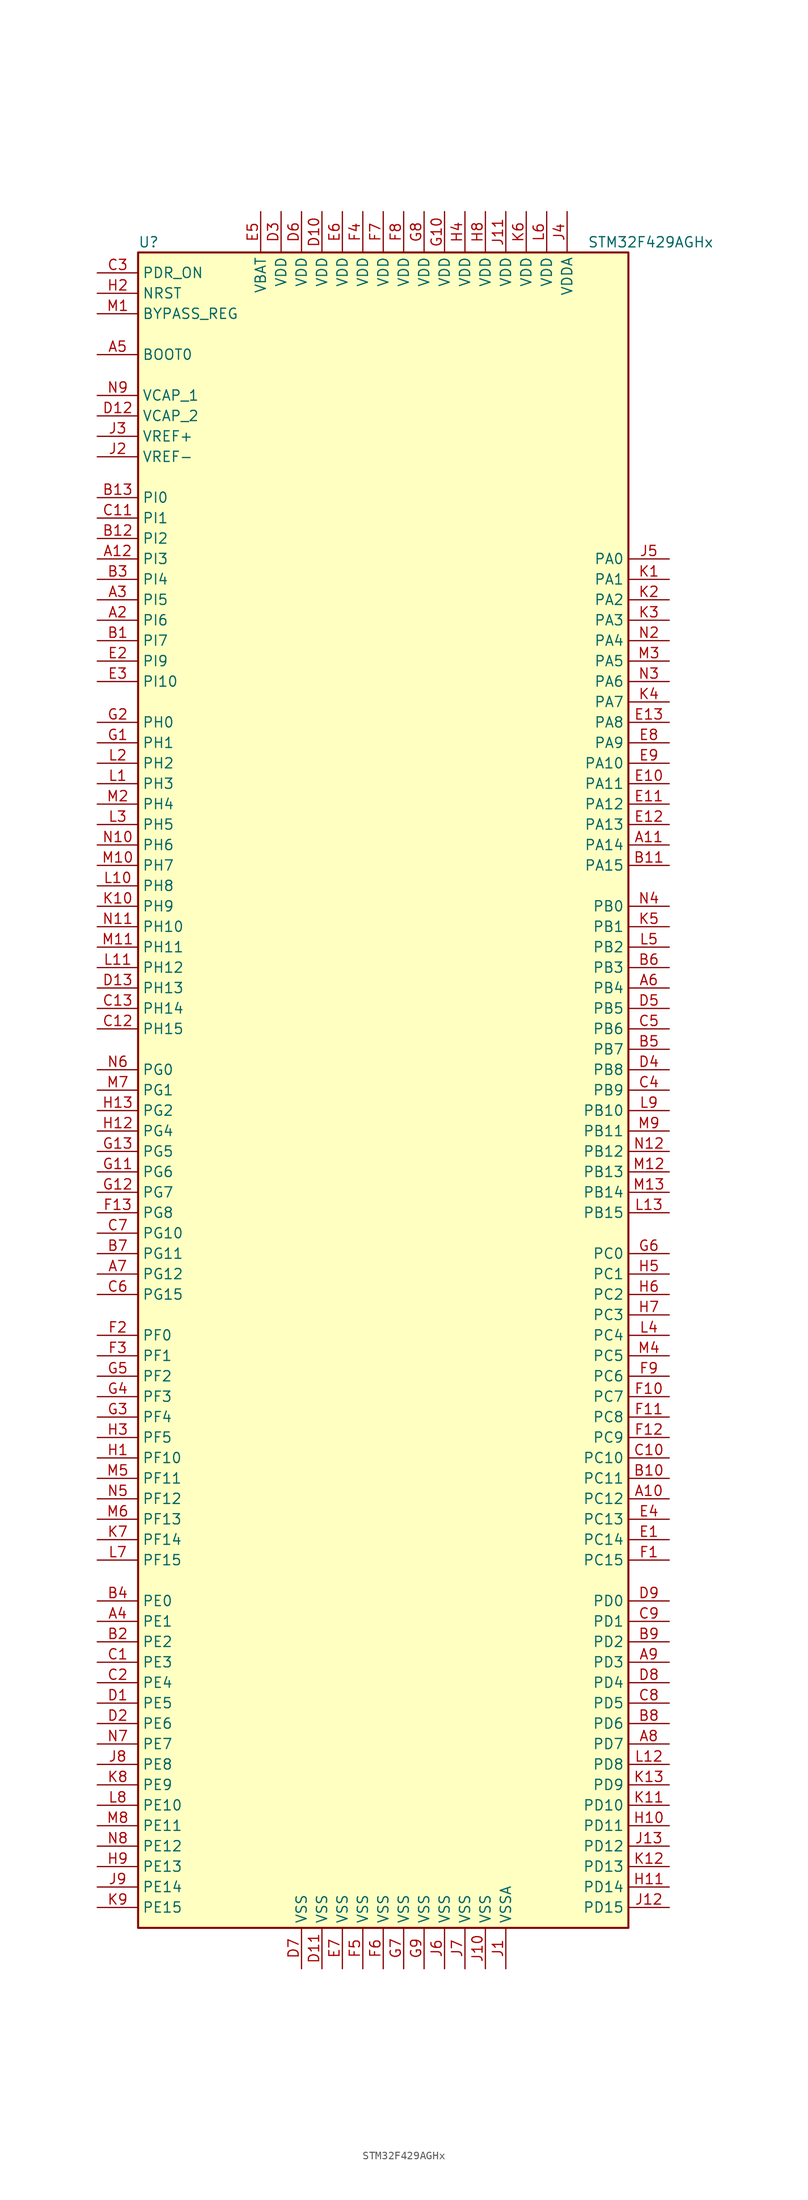
<source format=kicad_sym>
(kicad_symbol_lib
  (version 20201005)
  (generator kicad_symbol_editor)
  (symbol "MCU_ST_STM32F4:STM32F429AGHx"
    (property "Reference" "U"
      (at -30.48 105.41 0)
      (effects (font (size 1.27 1.27)) (justify left)))
    (property "Value" "STM32F429AGHx"
      (at 25.4 105.41 0)
      (effects (font (size 1.27 1.27)) (justify left)))
    (symbol "STM32F429AGHx_0_1"
      (rectangle (start -30.48 -104.14) (end 30.48 104.14) (stroke (width 0.254)) (fill (type background))))
    (symbol "STM32F429AGHx_1_1"
      (pin input line (at -35.56 91.44 0) (length 5.08) (name "BOOT0" (effects (font (size 1.27 1.27)))) (number "A5" (effects (font (size 1.27 1.27)))))
      (pin input line (at -35.56 96.52 0) (length 5.08) (name "BYPASS_REG" (effects (font (size 1.27 1.27)))) (number "M1" (effects (font (size 1.27 1.27)))))
      (pin no_connect line (at -30.48 -101.6 0) (length 5.08) hide (name "NC" (effects (font (size 1.27 1.27)))) (number "A1" (effects (font (size 1.27 1.27)))))
      (pin no_connect line (at -30.48 -99.06 0) (length 5.08) hide (name "NC" (effects (font (size 1.27 1.27)))) (number "A13" (effects (font (size 1.27 1.27)))))
      (pin no_connect line (at -30.48 -96.52 0) (length 5.08) hide (name "NC" (effects (font (size 1.27 1.27)))) (number "N1" (effects (font (size 1.27 1.27)))))
      (pin no_connect line (at -30.48 -93.98 0) (length 5.08) hide (name "NC" (effects (font (size 1.27 1.27)))) (number "N13" (effects (font (size 1.27 1.27)))))
      (pin input line (at -35.56 99.06 0) (length 5.08) (name "NRST" (effects (font (size 1.27 1.27)))) (number "H2" (effects (font (size 1.27 1.27)))))
      (pin bidirectional line (at 35.56 66.04 180) (length 5.08) (name "PA0" (effects (font (size 1.27 1.27)))) (number "J5" (effects (font (size 1.27 1.27)))))
      (pin bidirectional line (at 35.56 63.5 180) (length 5.08) (name "PA1" (effects (font (size 1.27 1.27)))) (number "K1" (effects (font (size 1.27 1.27)))))
      (pin bidirectional line (at 35.56 40.64 180) (length 5.08) (name "PA10" (effects (font (size 1.27 1.27)))) (number "E9" (effects (font (size 1.27 1.27)))))
      (pin bidirectional line (at 35.56 38.1 180) (length 5.08) (name "PA11" (effects (font (size 1.27 1.27)))) (number "E10" (effects (font (size 1.27 1.27)))))
      (pin bidirectional line (at 35.56 35.56 180) (length 5.08) (name "PA12" (effects (font (size 1.27 1.27)))) (number "E11" (effects (font (size 1.27 1.27)))))
      (pin bidirectional line (at 35.56 33.02 180) (length 5.08) (name "PA13" (effects (font (size 1.27 1.27)))) (number "E12" (effects (font (size 1.27 1.27)))))
      (pin bidirectional line (at 35.56 30.48 180) (length 5.08) (name "PA14" (effects (font (size 1.27 1.27)))) (number "A11" (effects (font (size 1.27 1.27)))))
      (pin bidirectional line (at 35.56 27.94 180) (length 5.08) (name "PA15" (effects (font (size 1.27 1.27)))) (number "B11" (effects (font (size 1.27 1.27)))))
      (pin bidirectional line (at 35.56 60.96 180) (length 5.08) (name "PA2" (effects (font (size 1.27 1.27)))) (number "K2" (effects (font (size 1.27 1.27)))))
      (pin bidirectional line (at 35.56 58.42 180) (length 5.08) (name "PA3" (effects (font (size 1.27 1.27)))) (number "K3" (effects (font (size 1.27 1.27)))))
      (pin bidirectional line (at 35.56 55.88 180) (length 5.08) (name "PA4" (effects (font (size 1.27 1.27)))) (number "N2" (effects (font (size 1.27 1.27)))))
      (pin bidirectional line (at 35.56 53.34 180) (length 5.08) (name "PA5" (effects (font (size 1.27 1.27)))) (number "M3" (effects (font (size 1.27 1.27)))))
      (pin bidirectional line (at 35.56 50.8 180) (length 5.08) (name "PA6" (effects (font (size 1.27 1.27)))) (number "N3" (effects (font (size 1.27 1.27)))))
      (pin bidirectional line (at 35.56 48.26 180) (length 5.08) (name "PA7" (effects (font (size 1.27 1.27)))) (number "K4" (effects (font (size 1.27 1.27)))))
      (pin bidirectional line (at 35.56 45.72 180) (length 5.08) (name "PA8" (effects (font (size 1.27 1.27)))) (number "E13" (effects (font (size 1.27 1.27)))))
      (pin bidirectional line (at 35.56 43.18 180) (length 5.08) (name "PA9" (effects (font (size 1.27 1.27)))) (number "E8" (effects (font (size 1.27 1.27)))))
      (pin bidirectional line (at 35.56 22.86 180) (length 5.08) (name "PB0" (effects (font (size 1.27 1.27)))) (number "N4" (effects (font (size 1.27 1.27)))))
      (pin bidirectional line (at 35.56 20.32 180) (length 5.08) (name "PB1" (effects (font (size 1.27 1.27)))) (number "K5" (effects (font (size 1.27 1.27)))))
      (pin bidirectional line (at 35.56 -2.54 180) (length 5.08) (name "PB10" (effects (font (size 1.27 1.27)))) (number "L9" (effects (font (size 1.27 1.27)))))
      (pin bidirectional line (at 35.56 -5.08 180) (length 5.08) (name "PB11" (effects (font (size 1.27 1.27)))) (number "M9" (effects (font (size 1.27 1.27)))))
      (pin bidirectional line (at 35.56 -7.62 180) (length 5.08) (name "PB12" (effects (font (size 1.27 1.27)))) (number "N12" (effects (font (size 1.27 1.27)))))
      (pin bidirectional line (at 35.56 -10.16 180) (length 5.08) (name "PB13" (effects (font (size 1.27 1.27)))) (number "M12" (effects (font (size 1.27 1.27)))))
      (pin bidirectional line (at 35.56 -12.7 180) (length 5.08) (name "PB14" (effects (font (size 1.27 1.27)))) (number "M13" (effects (font (size 1.27 1.27)))))
      (pin bidirectional line (at 35.56 -15.24 180) (length 5.08) (name "PB15" (effects (font (size 1.27 1.27)))) (number "L13" (effects (font (size 1.27 1.27)))))
      (pin bidirectional line (at 35.56 17.78 180) (length 5.08) (name "PB2" (effects (font (size 1.27 1.27)))) (number "L5" (effects (font (size 1.27 1.27)))))
      (pin bidirectional line (at 35.56 15.24 180) (length 5.08) (name "PB3" (effects (font (size 1.27 1.27)))) (number "B6" (effects (font (size 1.27 1.27)))))
      (pin bidirectional line (at 35.56 12.7 180) (length 5.08) (name "PB4" (effects (font (size 1.27 1.27)))) (number "A6" (effects (font (size 1.27 1.27)))))
      (pin bidirectional line (at 35.56 10.16 180) (length 5.08) (name "PB5" (effects (font (size 1.27 1.27)))) (number "D5" (effects (font (size 1.27 1.27)))))
      (pin bidirectional line (at 35.56 7.62 180) (length 5.08) (name "PB6" (effects (font (size 1.27 1.27)))) (number "C5" (effects (font (size 1.27 1.27)))))
      (pin bidirectional line (at 35.56 5.08 180) (length 5.08) (name "PB7" (effects (font (size 1.27 1.27)))) (number "B5" (effects (font (size 1.27 1.27)))))
      (pin bidirectional line (at 35.56 2.54 180) (length 5.08) (name "PB8" (effects (font (size 1.27 1.27)))) (number "D4" (effects (font (size 1.27 1.27)))))
      (pin bidirectional line (at 35.56 0 180) (length 5.08) (name "PB9" (effects (font (size 1.27 1.27)))) (number "C4" (effects (font (size 1.27 1.27)))))
      (pin bidirectional line (at 35.56 -20.32 180) (length 5.08) (name "PC0" (effects (font (size 1.27 1.27)))) (number "G6" (effects (font (size 1.27 1.27)))))
      (pin bidirectional line (at 35.56 -22.86 180) (length 5.08) (name "PC1" (effects (font (size 1.27 1.27)))) (number "H5" (effects (font (size 1.27 1.27)))))
      (pin bidirectional line (at 35.56 -45.72 180) (length 5.08) (name "PC10" (effects (font (size 1.27 1.27)))) (number "C10" (effects (font (size 1.27 1.27)))))
      (pin bidirectional line (at 35.56 -48.26 180) (length 5.08) (name "PC11" (effects (font (size 1.27 1.27)))) (number "B10" (effects (font (size 1.27 1.27)))))
      (pin bidirectional line (at 35.56 -50.8 180) (length 5.08) (name "PC12" (effects (font (size 1.27 1.27)))) (number "A10" (effects (font (size 1.27 1.27)))))
      (pin bidirectional line (at 35.56 -53.34 180) (length 5.08) (name "PC13" (effects (font (size 1.27 1.27)))) (number "E4" (effects (font (size 1.27 1.27)))))
      (pin bidirectional line (at 35.56 -55.88 180) (length 5.08) (name "PC14" (effects (font (size 1.27 1.27)))) (number "E1" (effects (font (size 1.27 1.27)))))
      (pin bidirectional line (at 35.56 -58.42 180) (length 5.08) (name "PC15" (effects (font (size 1.27 1.27)))) (number "F1" (effects (font (size 1.27 1.27)))))
      (pin bidirectional line (at 35.56 -25.4 180) (length 5.08) (name "PC2" (effects (font (size 1.27 1.27)))) (number "H6" (effects (font (size 1.27 1.27)))))
      (pin bidirectional line (at 35.56 -27.94 180) (length 5.08) (name "PC3" (effects (font (size 1.27 1.27)))) (number "H7" (effects (font (size 1.27 1.27)))))
      (pin bidirectional line (at 35.56 -30.48 180) (length 5.08) (name "PC4" (effects (font (size 1.27 1.27)))) (number "L4" (effects (font (size 1.27 1.27)))))
      (pin bidirectional line (at 35.56 -33.02 180) (length 5.08) (name "PC5" (effects (font (size 1.27 1.27)))) (number "M4" (effects (font (size 1.27 1.27)))))
      (pin bidirectional line (at 35.56 -35.56 180) (length 5.08) (name "PC6" (effects (font (size 1.27 1.27)))) (number "F9" (effects (font (size 1.27 1.27)))))
      (pin bidirectional line (at 35.56 -38.1 180) (length 5.08) (name "PC7" (effects (font (size 1.27 1.27)))) (number "F10" (effects (font (size 1.27 1.27)))))
      (pin bidirectional line (at 35.56 -40.64 180) (length 5.08) (name "PC8" (effects (font (size 1.27 1.27)))) (number "F11" (effects (font (size 1.27 1.27)))))
      (pin bidirectional line (at 35.56 -43.18 180) (length 5.08) (name "PC9" (effects (font (size 1.27 1.27)))) (number "F12" (effects (font (size 1.27 1.27)))))
      (pin bidirectional line (at 35.56 -63.5 180) (length 5.08) (name "PD0" (effects (font (size 1.27 1.27)))) (number "D9" (effects (font (size 1.27 1.27)))))
      (pin bidirectional line (at 35.56 -66.04 180) (length 5.08) (name "PD1" (effects (font (size 1.27 1.27)))) (number "C9" (effects (font (size 1.27 1.27)))))
      (pin bidirectional line (at 35.56 -88.9 180) (length 5.08) (name "PD10" (effects (font (size 1.27 1.27)))) (number "K11" (effects (font (size 1.27 1.27)))))
      (pin bidirectional line (at 35.56 -91.44 180) (length 5.08) (name "PD11" (effects (font (size 1.27 1.27)))) (number "H10" (effects (font (size 1.27 1.27)))))
      (pin bidirectional line (at 35.56 -93.98 180) (length 5.08) (name "PD12" (effects (font (size 1.27 1.27)))) (number "J13" (effects (font (size 1.27 1.27)))))
      (pin bidirectional line (at 35.56 -96.52 180) (length 5.08) (name "PD13" (effects (font (size 1.27 1.27)))) (number "K12" (effects (font (size 1.27 1.27)))))
      (pin bidirectional line (at 35.56 -99.06 180) (length 5.08) (name "PD14" (effects (font (size 1.27 1.27)))) (number "H11" (effects (font (size 1.27 1.27)))))
      (pin bidirectional line (at 35.56 -101.6 180) (length 5.08) (name "PD15" (effects (font (size 1.27 1.27)))) (number "J12" (effects (font (size 1.27 1.27)))))
      (pin bidirectional line (at 35.56 -68.58 180) (length 5.08) (name "PD2" (effects (font (size 1.27 1.27)))) (number "B9" (effects (font (size 1.27 1.27)))))
      (pin bidirectional line (at 35.56 -71.12 180) (length 5.08) (name "PD3" (effects (font (size 1.27 1.27)))) (number "A9" (effects (font (size 1.27 1.27)))))
      (pin bidirectional line (at 35.56 -73.66 180) (length 5.08) (name "PD4" (effects (font (size 1.27 1.27)))) (number "D8" (effects (font (size 1.27 1.27)))))
      (pin bidirectional line (at 35.56 -76.2 180) (length 5.08) (name "PD5" (effects (font (size 1.27 1.27)))) (number "C8" (effects (font (size 1.27 1.27)))))
      (pin bidirectional line (at 35.56 -78.74 180) (length 5.08) (name "PD6" (effects (font (size 1.27 1.27)))) (number "B8" (effects (font (size 1.27 1.27)))))
      (pin bidirectional line (at 35.56 -81.28 180) (length 5.08) (name "PD7" (effects (font (size 1.27 1.27)))) (number "A8" (effects (font (size 1.27 1.27)))))
      (pin bidirectional line (at 35.56 -83.82 180) (length 5.08) (name "PD8" (effects (font (size 1.27 1.27)))) (number "L12" (effects (font (size 1.27 1.27)))))
      (pin bidirectional line (at 35.56 -86.36 180) (length 5.08) (name "PD9" (effects (font (size 1.27 1.27)))) (number "K13" (effects (font (size 1.27 1.27)))))
      (pin input line (at -35.56 101.6 0) (length 5.08) (name "PDR_ON" (effects (font (size 1.27 1.27)))) (number "C3" (effects (font (size 1.27 1.27)))))
      (pin bidirectional line (at -35.56 -63.5 0) (length 5.08) (name "PE0" (effects (font (size 1.27 1.27)))) (number "B4" (effects (font (size 1.27 1.27)))))
      (pin bidirectional line (at -35.56 -66.04 0) (length 5.08) (name "PE1" (effects (font (size 1.27 1.27)))) (number "A4" (effects (font (size 1.27 1.27)))))
      (pin bidirectional line (at -35.56 -88.9 0) (length 5.08) (name "PE10" (effects (font (size 1.27 1.27)))) (number "L8" (effects (font (size 1.27 1.27)))))
      (pin bidirectional line (at -35.56 -91.44 0) (length 5.08) (name "PE11" (effects (font (size 1.27 1.27)))) (number "M8" (effects (font (size 1.27 1.27)))))
      (pin bidirectional line (at -35.56 -93.98 0) (length 5.08) (name "PE12" (effects (font (size 1.27 1.27)))) (number "N8" (effects (font (size 1.27 1.27)))))
      (pin bidirectional line (at -35.56 -96.52 0) (length 5.08) (name "PE13" (effects (font (size 1.27 1.27)))) (number "H9" (effects (font (size 1.27 1.27)))))
      (pin bidirectional line (at -35.56 -99.06 0) (length 5.08) (name "PE14" (effects (font (size 1.27 1.27)))) (number "J9" (effects (font (size 1.27 1.27)))))
      (pin bidirectional line (at -35.56 -101.6 0) (length 5.08) (name "PE15" (effects (font (size 1.27 1.27)))) (number "K9" (effects (font (size 1.27 1.27)))))
      (pin bidirectional line (at -35.56 -68.58 0) (length 5.08) (name "PE2" (effects (font (size 1.27 1.27)))) (number "B2" (effects (font (size 1.27 1.27)))))
      (pin bidirectional line (at -35.56 -71.12 0) (length 5.08) (name "PE3" (effects (font (size 1.27 1.27)))) (number "C1" (effects (font (size 1.27 1.27)))))
      (pin bidirectional line (at -35.56 -73.66 0) (length 5.08) (name "PE4" (effects (font (size 1.27 1.27)))) (number "C2" (effects (font (size 1.27 1.27)))))
      (pin bidirectional line (at -35.56 -76.2 0) (length 5.08) (name "PE5" (effects (font (size 1.27 1.27)))) (number "D1" (effects (font (size 1.27 1.27)))))
      (pin bidirectional line (at -35.56 -78.74 0) (length 5.08) (name "PE6" (effects (font (size 1.27 1.27)))) (number "D2" (effects (font (size 1.27 1.27)))))
      (pin bidirectional line (at -35.56 -81.28 0) (length 5.08) (name "PE7" (effects (font (size 1.27 1.27)))) (number "N7" (effects (font (size 1.27 1.27)))))
      (pin bidirectional line (at -35.56 -83.82 0) (length 5.08) (name "PE8" (effects (font (size 1.27 1.27)))) (number "J8" (effects (font (size 1.27 1.27)))))
      (pin bidirectional line (at -35.56 -86.36 0) (length 5.08) (name "PE9" (effects (font (size 1.27 1.27)))) (number "K8" (effects (font (size 1.27 1.27)))))
      (pin bidirectional line (at -35.56 -30.48 0) (length 5.08) (name "PF0" (effects (font (size 1.27 1.27)))) (number "F2" (effects (font (size 1.27 1.27)))))
      (pin bidirectional line (at -35.56 -33.02 0) (length 5.08) (name "PF1" (effects (font (size 1.27 1.27)))) (number "F3" (effects (font (size 1.27 1.27)))))
      (pin bidirectional line (at -35.56 -45.72 0) (length 5.08) (name "PF10" (effects (font (size 1.27 1.27)))) (number "H1" (effects (font (size 1.27 1.27)))))
      (pin bidirectional line (at -35.56 -48.26 0) (length 5.08) (name "PF11" (effects (font (size 1.27 1.27)))) (number "M5" (effects (font (size 1.27 1.27)))))
      (pin bidirectional line (at -35.56 -50.8 0) (length 5.08) (name "PF12" (effects (font (size 1.27 1.27)))) (number "N5" (effects (font (size 1.27 1.27)))))
      (pin bidirectional line (at -35.56 -53.34 0) (length 5.08) (name "PF13" (effects (font (size 1.27 1.27)))) (number "M6" (effects (font (size 1.27 1.27)))))
      (pin bidirectional line (at -35.56 -55.88 0) (length 5.08) (name "PF14" (effects (font (size 1.27 1.27)))) (number "K7" (effects (font (size 1.27 1.27)))))
      (pin bidirectional line (at -35.56 -58.42 0) (length 5.08) (name "PF15" (effects (font (size 1.27 1.27)))) (number "L7" (effects (font (size 1.27 1.27)))))
      (pin bidirectional line (at -35.56 -35.56 0) (length 5.08) (name "PF2" (effects (font (size 1.27 1.27)))) (number "G5" (effects (font (size 1.27 1.27)))))
      (pin bidirectional line (at -35.56 -38.1 0) (length 5.08) (name "PF3" (effects (font (size 1.27 1.27)))) (number "G4" (effects (font (size 1.27 1.27)))))
      (pin bidirectional line (at -35.56 -40.64 0) (length 5.08) (name "PF4" (effects (font (size 1.27 1.27)))) (number "G3" (effects (font (size 1.27 1.27)))))
      (pin bidirectional line (at -35.56 -43.18 0) (length 5.08) (name "PF5" (effects (font (size 1.27 1.27)))) (number "H3" (effects (font (size 1.27 1.27)))))
      (pin bidirectional line (at -35.56 2.54 0) (length 5.08) (name "PG0" (effects (font (size 1.27 1.27)))) (number "N6" (effects (font (size 1.27 1.27)))))
      (pin bidirectional line (at -35.56 0 0) (length 5.08) (name "PG1" (effects (font (size 1.27 1.27)))) (number "M7" (effects (font (size 1.27 1.27)))))
      (pin bidirectional line (at -35.56 -17.78 0) (length 5.08) (name "PG10" (effects (font (size 1.27 1.27)))) (number "C7" (effects (font (size 1.27 1.27)))))
      (pin bidirectional line (at -35.56 -20.32 0) (length 5.08) (name "PG11" (effects (font (size 1.27 1.27)))) (number "B7" (effects (font (size 1.27 1.27)))))
      (pin bidirectional line (at -35.56 -22.86 0) (length 5.08) (name "PG12" (effects (font (size 1.27 1.27)))) (number "A7" (effects (font (size 1.27 1.27)))))
      (pin bidirectional line (at -35.56 -25.4 0) (length 5.08) (name "PG15" (effects (font (size 1.27 1.27)))) (number "C6" (effects (font (size 1.27 1.27)))))
      (pin bidirectional line (at -35.56 -2.54 0) (length 5.08) (name "PG2" (effects (font (size 1.27 1.27)))) (number "H13" (effects (font (size 1.27 1.27)))))
      (pin bidirectional line (at -35.56 -5.08 0) (length 5.08) (name "PG4" (effects (font (size 1.27 1.27)))) (number "H12" (effects (font (size 1.27 1.27)))))
      (pin bidirectional line (at -35.56 -7.62 0) (length 5.08) (name "PG5" (effects (font (size 1.27 1.27)))) (number "G13" (effects (font (size 1.27 1.27)))))
      (pin bidirectional line (at -35.56 -10.16 0) (length 5.08) (name "PG6" (effects (font (size 1.27 1.27)))) (number "G11" (effects (font (size 1.27 1.27)))))
      (pin bidirectional line (at -35.56 -12.7 0) (length 5.08) (name "PG7" (effects (font (size 1.27 1.27)))) (number "G12" (effects (font (size 1.27 1.27)))))
      (pin bidirectional line (at -35.56 -15.24 0) (length 5.08) (name "PG8" (effects (font (size 1.27 1.27)))) (number "F13" (effects (font (size 1.27 1.27)))))
      (pin input line (at -35.56 45.72 0) (length 5.08) (name "PH0" (effects (font (size 1.27 1.27)))) (number "G2" (effects (font (size 1.27 1.27)))))
      (pin input line (at -35.56 43.18 0) (length 5.08) (name "PH1" (effects (font (size 1.27 1.27)))) (number "G1" (effects (font (size 1.27 1.27)))))
      (pin bidirectional line (at -35.56 20.32 0) (length 5.08) (name "PH10" (effects (font (size 1.27 1.27)))) (number "N11" (effects (font (size 1.27 1.27)))))
      (pin bidirectional line (at -35.56 17.78 0) (length 5.08) (name "PH11" (effects (font (size 1.27 1.27)))) (number "M11" (effects (font (size 1.27 1.27)))))
      (pin bidirectional line (at -35.56 15.24 0) (length 5.08) (name "PH12" (effects (font (size 1.27 1.27)))) (number "L11" (effects (font (size 1.27 1.27)))))
      (pin bidirectional line (at -35.56 12.7 0) (length 5.08) (name "PH13" (effects (font (size 1.27 1.27)))) (number "D13" (effects (font (size 1.27 1.27)))))
      (pin bidirectional line (at -35.56 10.16 0) (length 5.08) (name "PH14" (effects (font (size 1.27 1.27)))) (number "C13" (effects (font (size 1.27 1.27)))))
      (pin bidirectional line (at -35.56 7.62 0) (length 5.08) (name "PH15" (effects (font (size 1.27 1.27)))) (number "C12" (effects (font (size 1.27 1.27)))))
      (pin bidirectional line (at -35.56 40.64 0) (length 5.08) (name "PH2" (effects (font (size 1.27 1.27)))) (number "L2" (effects (font (size 1.27 1.27)))))
      (pin bidirectional line (at -35.56 38.1 0) (length 5.08) (name "PH3" (effects (font (size 1.27 1.27)))) (number "L1" (effects (font (size 1.27 1.27)))))
      (pin bidirectional line (at -35.56 35.56 0) (length 5.08) (name "PH4" (effects (font (size 1.27 1.27)))) (number "M2" (effects (font (size 1.27 1.27)))))
      (pin bidirectional line (at -35.56 33.02 0) (length 5.08) (name "PH5" (effects (font (size 1.27 1.27)))) (number "L3" (effects (font (size 1.27 1.27)))))
      (pin bidirectional line (at -35.56 30.48 0) (length 5.08) (name "PH6" (effects (font (size 1.27 1.27)))) (number "N10" (effects (font (size 1.27 1.27)))))
      (pin bidirectional line (at -35.56 27.94 0) (length 5.08) (name "PH7" (effects (font (size 1.27 1.27)))) (number "M10" (effects (font (size 1.27 1.27)))))
      (pin bidirectional line (at -35.56 25.4 0) (length 5.08) (name "PH8" (effects (font (size 1.27 1.27)))) (number "L10" (effects (font (size 1.27 1.27)))))
      (pin bidirectional line (at -35.56 22.86 0) (length 5.08) (name "PH9" (effects (font (size 1.27 1.27)))) (number "K10" (effects (font (size 1.27 1.27)))))
      (pin bidirectional line (at -35.56 73.66 0) (length 5.08) (name "PI0" (effects (font (size 1.27 1.27)))) (number "B13" (effects (font (size 1.27 1.27)))))
      (pin bidirectional line (at -35.56 71.12 0) (length 5.08) (name "PI1" (effects (font (size 1.27 1.27)))) (number "C11" (effects (font (size 1.27 1.27)))))
      (pin bidirectional line (at -35.56 50.8 0) (length 5.08) (name "PI10" (effects (font (size 1.27 1.27)))) (number "E3" (effects (font (size 1.27 1.27)))))
      (pin bidirectional line (at -35.56 68.58 0) (length 5.08) (name "PI2" (effects (font (size 1.27 1.27)))) (number "B12" (effects (font (size 1.27 1.27)))))
      (pin bidirectional line (at -35.56 66.04 0) (length 5.08) (name "PI3" (effects (font (size 1.27 1.27)))) (number "A12" (effects (font (size 1.27 1.27)))))
      (pin bidirectional line (at -35.56 63.5 0) (length 5.08) (name "PI4" (effects (font (size 1.27 1.27)))) (number "B3" (effects (font (size 1.27 1.27)))))
      (pin bidirectional line (at -35.56 60.96 0) (length 5.08) (name "PI5" (effects (font (size 1.27 1.27)))) (number "A3" (effects (font (size 1.27 1.27)))))
      (pin bidirectional line (at -35.56 58.42 0) (length 5.08) (name "PI6" (effects (font (size 1.27 1.27)))) (number "A2" (effects (font (size 1.27 1.27)))))
      (pin bidirectional line (at -35.56 55.88 0) (length 5.08) (name "PI7" (effects (font (size 1.27 1.27)))) (number "B1" (effects (font (size 1.27 1.27)))))
      (pin bidirectional line (at -35.56 53.34 0) (length 5.08) (name "PI9" (effects (font (size 1.27 1.27)))) (number "E2" (effects (font (size 1.27 1.27)))))
      (pin power_in line (at -15.24 109.22 270) (length 5.08) (name "VBAT" (effects (font (size 1.27 1.27)))) (number "E5" (effects (font (size 1.27 1.27)))))
      (pin power_in line (at -35.56 86.36 0) (length 5.08) (name "VCAP_1" (effects (font (size 1.27 1.27)))) (number "N9" (effects (font (size 1.27 1.27)))))
      (pin power_in line (at -35.56 83.82 0) (length 5.08) (name "VCAP_2" (effects (font (size 1.27 1.27)))) (number "D12" (effects (font (size 1.27 1.27)))))
      (pin power_in line (at -7.62 109.22 270) (length 5.08) (name "VDD" (effects (font (size 1.27 1.27)))) (number "D10" (effects (font (size 1.27 1.27)))))
      (pin power_in line (at -12.7 109.22 270) (length 5.08) (name "VDD" (effects (font (size 1.27 1.27)))) (number "D3" (effects (font (size 1.27 1.27)))))
      (pin power_in line (at -10.16 109.22 270) (length 5.08) (name "VDD" (effects (font (size 1.27 1.27)))) (number "D6" (effects (font (size 1.27 1.27)))))
      (pin power_in line (at -5.08 109.22 270) (length 5.08) (name "VDD" (effects (font (size 1.27 1.27)))) (number "E6" (effects (font (size 1.27 1.27)))))
      (pin power_in line (at -2.54 109.22 270) (length 5.08) (name "VDD" (effects (font (size 1.27 1.27)))) (number "F4" (effects (font (size 1.27 1.27)))))
      (pin power_in line (at 0 109.22 270) (length 5.08) (name "VDD" (effects (font (size 1.27 1.27)))) (number "F7" (effects (font (size 1.27 1.27)))))
      (pin power_in line (at 2.54 109.22 270) (length 5.08) (name "VDD" (effects (font (size 1.27 1.27)))) (number "F8" (effects (font (size 1.27 1.27)))))
      (pin power_in line (at 7.62 109.22 270) (length 5.08) (name "VDD" (effects (font (size 1.27 1.27)))) (number "G10" (effects (font (size 1.27 1.27)))))
      (pin power_in line (at 5.08 109.22 270) (length 5.08) (name "VDD" (effects (font (size 1.27 1.27)))) (number "G8" (effects (font (size 1.27 1.27)))))
      (pin power_in line (at 10.16 109.22 270) (length 5.08) (name "VDD" (effects (font (size 1.27 1.27)))) (number "H4" (effects (font (size 1.27 1.27)))))
      (pin power_in line (at 12.7 109.22 270) (length 5.08) (name "VDD" (effects (font (size 1.27 1.27)))) (number "H8" (effects (font (size 1.27 1.27)))))
      (pin power_in line (at 15.24 109.22 270) (length 5.08) (name "VDD" (effects (font (size 1.27 1.27)))) (number "J11" (effects (font (size 1.27 1.27)))))
      (pin power_in line (at 17.78 109.22 270) (length 5.08) (name "VDD" (effects (font (size 1.27 1.27)))) (number "K6" (effects (font (size 1.27 1.27)))))
      (pin power_in line (at 20.32 109.22 270) (length 5.08) (name "VDD" (effects (font (size 1.27 1.27)))) (number "L6" (effects (font (size 1.27 1.27)))))
      (pin power_in line (at 22.86 109.22 270) (length 5.08) (name "VDDA" (effects (font (size 1.27 1.27)))) (number "J4" (effects (font (size 1.27 1.27)))))
      (pin power_in line (at -35.56 81.28 0) (length 5.08) (name "VREF+" (effects (font (size 1.27 1.27)))) (number "J3" (effects (font (size 1.27 1.27)))))
      (pin power_in line (at -35.56 78.74 0) (length 5.08) (name "VREF-" (effects (font (size 1.27 1.27)))) (number "J2" (effects (font (size 1.27 1.27)))))
      (pin power_in line (at -7.62 -109.22 90) (length 5.08) (name "VSS" (effects (font (size 1.27 1.27)))) (number "D11" (effects (font (size 1.27 1.27)))))
      (pin power_in line (at -10.16 -109.22 90) (length 5.08) (name "VSS" (effects (font (size 1.27 1.27)))) (number "D7" (effects (font (size 1.27 1.27)))))
      (pin power_in line (at -5.08 -109.22 90) (length 5.08) (name "VSS" (effects (font (size 1.27 1.27)))) (number "E7" (effects (font (size 1.27 1.27)))))
      (pin power_in line (at -2.54 -109.22 90) (length 5.08) (name "VSS" (effects (font (size 1.27 1.27)))) (number "F5" (effects (font (size 1.27 1.27)))))
      (pin power_in line (at 0 -109.22 90) (length 5.08) (name "VSS" (effects (font (size 1.27 1.27)))) (number "F6" (effects (font (size 1.27 1.27)))))
      (pin power_in line (at 2.54 -109.22 90) (length 5.08) (name "VSS" (effects (font (size 1.27 1.27)))) (number "G7" (effects (font (size 1.27 1.27)))))
      (pin power_in line (at 5.08 -109.22 90) (length 5.08) (name "VSS" (effects (font (size 1.27 1.27)))) (number "G9" (effects (font (size 1.27 1.27)))))
      (pin power_in line (at 12.7 -109.22 90) (length 5.08) (name "VSS" (effects (font (size 1.27 1.27)))) (number "J10" (effects (font (size 1.27 1.27)))))
      (pin power_in line (at 7.62 -109.22 90) (length 5.08) (name "VSS" (effects (font (size 1.27 1.27)))) (number "J6" (effects (font (size 1.27 1.27)))))
      (pin power_in line (at 10.16 -109.22 90) (length 5.08) (name "VSS" (effects (font (size 1.27 1.27)))) (number "J7" (effects (font (size 1.27 1.27)))))
      (pin power_in line (at 15.24 -109.22 90) (length 5.08) (name "VSSA" (effects (font (size 1.27 1.27)))) (number "J1" (effects (font (size 1.27 1.27))))))))
</source>
